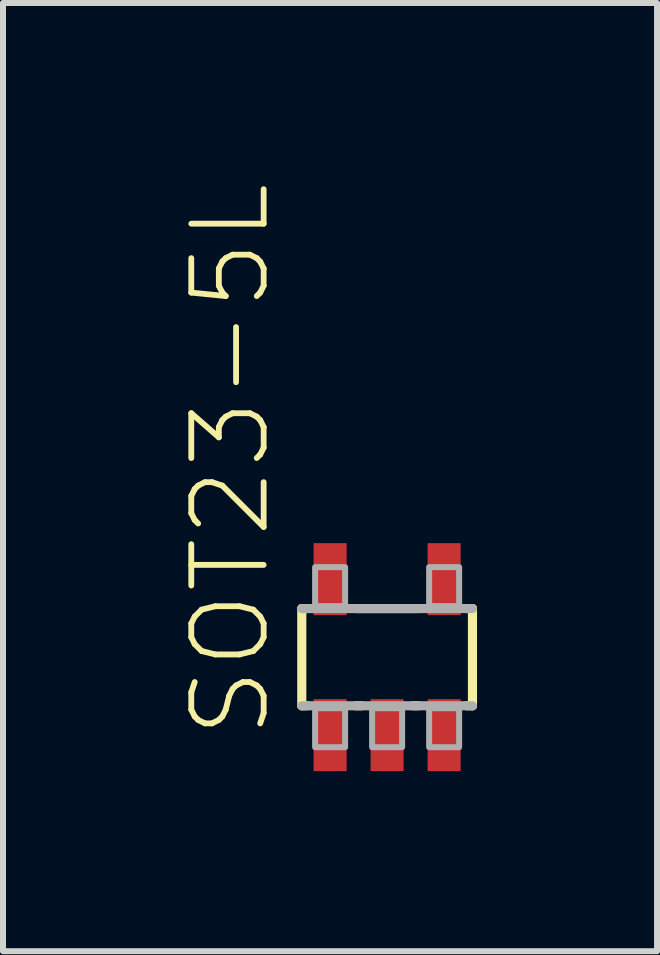
<source format=kicad_pcb>
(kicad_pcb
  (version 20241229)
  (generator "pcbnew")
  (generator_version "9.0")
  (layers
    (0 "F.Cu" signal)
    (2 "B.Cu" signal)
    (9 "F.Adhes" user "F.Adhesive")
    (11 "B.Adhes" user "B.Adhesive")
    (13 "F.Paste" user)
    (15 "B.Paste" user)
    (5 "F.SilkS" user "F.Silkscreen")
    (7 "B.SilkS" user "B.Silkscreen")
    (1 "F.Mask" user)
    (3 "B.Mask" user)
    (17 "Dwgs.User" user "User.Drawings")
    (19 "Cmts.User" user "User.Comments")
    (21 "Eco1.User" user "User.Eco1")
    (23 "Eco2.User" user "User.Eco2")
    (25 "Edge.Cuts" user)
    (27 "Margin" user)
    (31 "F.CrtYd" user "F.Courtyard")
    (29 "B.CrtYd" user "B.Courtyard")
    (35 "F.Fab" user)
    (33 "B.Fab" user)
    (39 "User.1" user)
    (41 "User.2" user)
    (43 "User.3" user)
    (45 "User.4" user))
  (footprint "SOT23-5L"
    (layer "F.Cu")
    (at 3.401 7.901)
    (property "Reference" "SOT23-5L" (at -1.905 1.397 90) (layer "F.SilkS") (effects (font (size 1.206 1.206) (thickness 0.097)) (justify left bottom)))
    (attr through_hole)
    (fp_line (start -1.422 -0.81) (end -1.328 -0.81) (stroke (width 0.152) (type solid)) (layer "F.SilkS"))
    (fp_line (start -1.422 0.81) (end -1.422 -0.81) (stroke (width 0.152) (type solid)) (layer "F.SilkS"))
    (fp_line (start -1.328 0.81) (end -1.422 0.81) (stroke (width 0.152) (type solid)) (layer "F.SilkS"))
    (fp_line (start -0.522 -0.81) (end 0.522 -0.81) (stroke (width 0.152) (type solid)) (layer "F.SilkS"))
    (fp_line (start -0.428 0.81) (end -0.522 0.81) (stroke (width 0.152) (type solid)) (layer "F.SilkS"))
    (fp_line (start 0.522 0.81) (end 0.428 0.81) (stroke (width 0.152) (type solid)) (layer "F.SilkS"))
    (fp_line (start 1.328 -0.81) (end 1.422 -0.81) (stroke (width 0.152) (type solid)) (layer "F.SilkS"))
    (fp_line (start 1.422 -0.81) (end 1.422 0.81) (stroke (width 0.152) (type solid)) (layer "F.SilkS"))
    (fp_line (start 1.422 0.81) (end 1.328 0.81) (stroke (width 0.152) (type solid)) (layer "F.SilkS"))
    (fp_line (start -1.422 -0.81) (end 1.422 -0.81) (stroke (width 0.152) (type solid)) (layer "F.Fab"))
    (fp_line (start 1.422 0.81) (end -1.422 0.81) (stroke (width 0.152) (type solid)) (layer "F.Fab"))
    (fp_poly (pts (xy -1.2 -0.85) (xy -0.7 -0.85) (xy -0.7 -1.5) (xy -1.2 -1.5)) (stroke (width 0.1) (type solid)) (fill no) (layer "F.Fab"))
    (fp_poly (pts (xy -1.2 1.5) (xy -0.7 1.5) (xy -0.7 0.85) (xy -1.2 0.85)) (stroke (width 0.1) (type solid)) (fill no) (layer "F.Fab"))
    (fp_poly (pts (xy -0.25 1.5) (xy 0.25 1.5) (xy 0.25 0.85) (xy -0.25 0.85)) (stroke (width 0.1) (type solid)) (fill no) (layer "F.Fab"))
    (fp_poly (pts (xy 0.7 -0.85) (xy 1.2 -0.85) (xy 1.2 -1.5) (xy 0.7 -1.5)) (stroke (width 0.1) (type solid)) (fill no) (layer "F.Fab"))
    (fp_poly (pts (xy 0.7 1.5) (xy 1.2 1.5) (xy 1.2 0.85) (xy 0.7 0.85)) (stroke (width 0.1) (type solid)) (fill no) (layer "F.Fab"))
    (pad "1" smd rect (at -0.95 1.3) (size 0.55 1.2) (layers "F.Cu" "F.Mask" "F.Paste"))
    (pad "2" smd rect (at 0 1.3) (size 0.55 1.2) (layers "F.Cu" "F.Mask" "F.Paste"))
    (pad "3" smd rect (at 0.95 1.3) (size 0.55 1.2) (layers "F.Cu" "F.Mask" "F.Paste"))
    (pad "4" smd rect (at 0.95 -1.3) (size 0.55 1.2) (layers "F.Cu" "F.Mask" "F.Paste"))
    (pad "5" smd rect (at -0.95 -1.3) (size 0.55 1.2) (layers "F.Cu" "F.Mask" "F.Paste")))
  (gr_rect
    (start -3 -3)
    (end 7.899 12.801)
    (stroke (width 0.1) (type default))
    (fill no)
    (layer "Edge.Cuts")))
</source>
